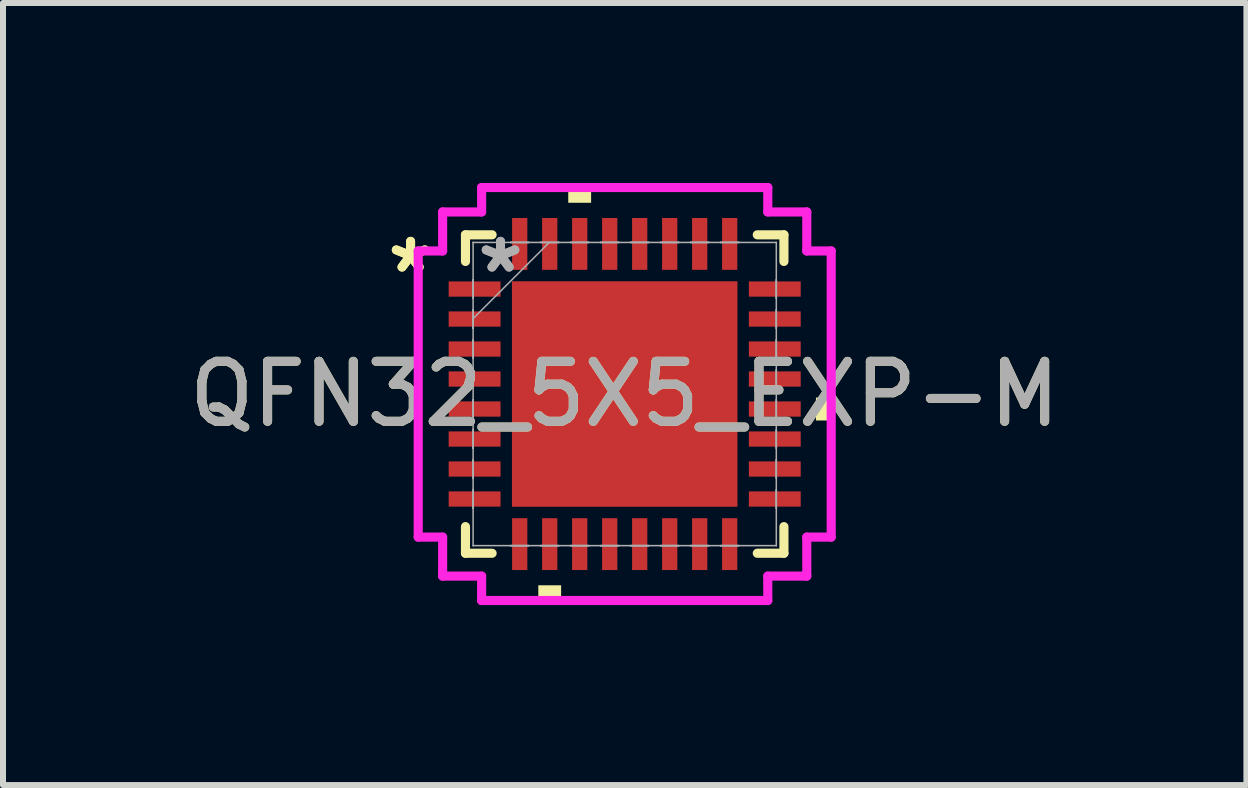
<source format=kicad_pcb>
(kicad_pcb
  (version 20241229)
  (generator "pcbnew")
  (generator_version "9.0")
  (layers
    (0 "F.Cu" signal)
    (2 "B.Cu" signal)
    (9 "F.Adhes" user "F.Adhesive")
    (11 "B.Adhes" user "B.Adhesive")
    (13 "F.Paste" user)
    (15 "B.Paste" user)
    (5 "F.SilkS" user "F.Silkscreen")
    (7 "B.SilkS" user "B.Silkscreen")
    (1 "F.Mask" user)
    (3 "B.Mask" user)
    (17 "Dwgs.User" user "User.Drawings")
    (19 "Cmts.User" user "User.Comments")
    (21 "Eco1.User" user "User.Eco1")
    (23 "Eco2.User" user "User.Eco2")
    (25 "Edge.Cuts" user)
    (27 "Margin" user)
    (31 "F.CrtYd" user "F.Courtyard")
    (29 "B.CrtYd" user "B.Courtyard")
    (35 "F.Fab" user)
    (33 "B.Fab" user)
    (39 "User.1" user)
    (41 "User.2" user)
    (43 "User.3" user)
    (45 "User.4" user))
  (footprint "QFN32_5X5_EXP-M"
    (layer "F.Cu")
    (at 7.363 3.518)
    (property "Reference" "QFN32_5X5_EXP-M" (at 0 0 0) (unlocked yes) (layer "F.SilkS") (effects (font (size 1 1) (thickness 0.15))))
    (attr smd)
    (fp_line (start -2.654 -2.654) (end -2.654 -2.21) (stroke (width 0.152) (type solid)) (layer "F.SilkS"))
    (fp_line (start -2.654 2.21) (end -2.654 2.654) (stroke (width 0.152) (type solid)) (layer "F.SilkS"))
    (fp_line (start -2.654 2.654) (end -2.21 2.654) (stroke (width 0.152) (type solid)) (layer "F.SilkS"))
    (fp_line (start -2.21 -2.654) (end -2.654 -2.654) (stroke (width 0.152) (type solid)) (layer "F.SilkS"))
    (fp_line (start 2.21 2.654) (end 2.654 2.654) (stroke (width 0.152) (type solid)) (layer "F.SilkS"))
    (fp_line (start 2.654 -2.654) (end 2.21 -2.654) (stroke (width 0.152) (type solid)) (layer "F.SilkS"))
    (fp_line (start 2.654 -2.21) (end 2.654 -2.654) (stroke (width 0.152) (type solid)) (layer "F.SilkS"))
    (fp_line (start 2.654 2.654) (end 2.654 2.21) (stroke (width 0.152) (type solid)) (layer "F.SilkS"))
    (fp_poly (pts (xy -1.44 3.188) (xy -1.44 3.442) (xy -1.06 3.442) (xy -1.06 3.188)) (stroke (width 0) (type solid)) (fill yes) (layer "F.SilkS"))
    (fp_poly (pts (xy -0.941 -3.188) (xy -0.941 -3.442) (xy -0.56 -3.442) (xy -0.56 -3.188)) (stroke (width 0) (type solid)) (fill yes) (layer "F.SilkS"))
    (fp_poly (pts (xy 3.442 0.059) (xy 3.442 0.441) (xy 3.188 0.441) (xy 3.188 0.059)) (stroke (width 0) (type solid)) (fill yes) (layer "F.SilkS"))
    (fp_poly (pts (xy -1.78 -1.78) (xy -1.78 -0.1) (xy -0.1 -0.1) (xy -0.1 -1.78)) (stroke (width 0) (type solid)) (fill yes) (layer "F.Paste"))
    (fp_poly (pts (xy -1.78 0.1) (xy -1.78 1.78) (xy -0.1 1.78) (xy -0.1 0.1)) (stroke (width 0) (type solid)) (fill yes) (layer "F.Paste"))
    (fp_poly (pts (xy 0.1 -1.78) (xy 0.1 -0.1) (xy 1.78 -0.1) (xy 1.78 -1.78)) (stroke (width 0) (type solid)) (fill yes) (layer "F.Paste"))
    (fp_poly (pts (xy 0.1 0.1) (xy 0.1 1.78) (xy 1.78 1.78) (xy 1.78 0.1)) (stroke (width 0) (type solid)) (fill yes) (layer "F.Paste"))
    (fp_line (start -3.442 -2.385) (end -3.035 -2.385) (stroke (width 0.152) (type solid)) (layer "F.CrtYd"))
    (fp_line (start -3.442 2.385) (end -3.442 -2.385) (stroke (width 0.152) (type solid)) (layer "F.CrtYd"))
    (fp_line (start -3.035 -3.035) (end -2.385 -3.035) (stroke (width 0.152) (type solid)) (layer "F.CrtYd"))
    (fp_line (start -3.035 -2.385) (end -3.035 -3.035) (stroke (width 0.152) (type solid)) (layer "F.CrtYd"))
    (fp_line (start -3.035 2.385) (end -3.442 2.385) (stroke (width 0.152) (type solid)) (layer "F.CrtYd"))
    (fp_line (start -3.035 3.035) (end -3.035 2.385) (stroke (width 0.152) (type solid)) (layer "F.CrtYd"))
    (fp_line (start -2.385 -3.442) (end 2.385 -3.442) (stroke (width 0.152) (type solid)) (layer "F.CrtYd"))
    (fp_line (start -2.385 -3.035) (end -2.385 -3.442) (stroke (width 0.152) (type solid)) (layer "F.CrtYd"))
    (fp_line (start -2.385 3.035) (end -3.035 3.035) (stroke (width 0.152) (type solid)) (layer "F.CrtYd"))
    (fp_line (start -2.385 3.442) (end -2.385 3.035) (stroke (width 0.152) (type solid)) (layer "F.CrtYd"))
    (fp_line (start 2.385 -3.442) (end 2.385 -3.035) (stroke (width 0.152) (type solid)) (layer "F.CrtYd"))
    (fp_line (start 2.385 -3.035) (end 3.035 -3.035) (stroke (width 0.152) (type solid)) (layer "F.CrtYd"))
    (fp_line (start 2.385 3.035) (end 2.385 3.442) (stroke (width 0.152) (type solid)) (layer "F.CrtYd"))
    (fp_line (start 2.385 3.442) (end -2.385 3.442) (stroke (width 0.152) (type solid)) (layer "F.CrtYd"))
    (fp_line (start 3.035 -3.035) (end 3.035 -2.385) (stroke (width 0.152) (type solid)) (layer "F.CrtYd"))
    (fp_line (start 3.035 -2.385) (end 3.442 -2.385) (stroke (width 0.152) (type solid)) (layer "F.CrtYd"))
    (fp_line (start 3.035 2.385) (end 3.035 3.035) (stroke (width 0.152) (type solid)) (layer "F.CrtYd"))
    (fp_line (start 3.035 3.035) (end 2.385 3.035) (stroke (width 0.152) (type solid)) (layer "F.CrtYd"))
    (fp_line (start 3.442 -2.385) (end 3.442 2.385) (stroke (width 0.152) (type solid)) (layer "F.CrtYd"))
    (fp_line (start 3.442 2.385) (end 3.035 2.385) (stroke (width 0.152) (type solid)) (layer "F.CrtYd"))
    (fp_line (start -2.527 -2.527) (end -2.527 -2.527) (stroke (width 0.025) (type solid)) (layer "F.Fab"))
    (fp_line (start -2.527 -2.527) (end -2.527 2.527) (stroke (width 0.025) (type solid)) (layer "F.Fab"))
    (fp_line (start -2.527 -1.902) (end -2.527 -1.902) (stroke (width 0.025) (type solid)) (layer "F.Fab"))
    (fp_line (start -2.527 -1.902) (end -2.527 -1.598) (stroke (width 0.025) (type solid)) (layer "F.Fab"))
    (fp_line (start -2.527 -1.598) (end -2.527 -1.902) (stroke (width 0.025) (type solid)) (layer "F.Fab"))
    (fp_line (start -2.527 -1.598) (end -2.527 -1.598) (stroke (width 0.025) (type solid)) (layer "F.Fab"))
    (fp_line (start -2.527 -1.402) (end -2.527 -1.402) (stroke (width 0.025) (type solid)) (layer "F.Fab"))
    (fp_line (start -2.527 -1.402) (end -2.527 -1.098) (stroke (width 0.025) (type solid)) (layer "F.Fab"))
    (fp_line (start -2.527 -1.257) (end -1.257 -2.527) (stroke (width 0.025) (type solid)) (layer "F.Fab"))
    (fp_line (start -2.527 -1.098) (end -2.527 -1.402) (stroke (width 0.025) (type solid)) (layer "F.Fab"))
    (fp_line (start -2.527 -1.098) (end -2.527 -1.098) (stroke (width 0.025) (type solid)) (layer "F.Fab"))
    (fp_line (start -2.527 -0.902) (end -2.527 -0.902) (stroke (width 0.025) (type solid)) (layer "F.Fab"))
    (fp_line (start -2.527 -0.902) (end -2.527 -0.598) (stroke (width 0.025) (type solid)) (layer "F.Fab"))
    (fp_line (start -2.527 -0.598) (end -2.527 -0.902) (stroke (width 0.025) (type solid)) (layer "F.Fab"))
    (fp_line (start -2.527 -0.598) (end -2.527 -0.598) (stroke (width 0.025) (type solid)) (layer "F.Fab"))
    (fp_line (start -2.527 -0.402) (end -2.527 -0.402) (stroke (width 0.025) (type solid)) (layer "F.Fab"))
    (fp_line (start -2.527 -0.402) (end -2.527 -0.098) (stroke (width 0.025) (type solid)) (layer "F.Fab"))
    (fp_line (start -2.527 -0.098) (end -2.527 -0.402) (stroke (width 0.025) (type solid)) (layer "F.Fab"))
    (fp_line (start -2.527 -0.098) (end -2.527 -0.098) (stroke (width 0.025) (type solid)) (layer "F.Fab"))
    (fp_line (start -2.527 0.098) (end -2.527 0.098) (stroke (width 0.025) (type solid)) (layer "F.Fab"))
    (fp_line (start -2.527 0.098) (end -2.527 0.402) (stroke (width 0.025) (type solid)) (layer "F.Fab"))
    (fp_line (start -2.527 0.402) (end -2.527 0.098) (stroke (width 0.025) (type solid)) (layer "F.Fab"))
    (fp_line (start -2.527 0.402) (end -2.527 0.402) (stroke (width 0.025) (type solid)) (layer "F.Fab"))
    (fp_line (start -2.527 0.598) (end -2.527 0.598) (stroke (width 0.025) (type solid)) (layer "F.Fab"))
    (fp_line (start -2.527 0.598) (end -2.527 0.902) (stroke (width 0.025) (type solid)) (layer "F.Fab"))
    (fp_line (start -2.527 0.902) (end -2.527 0.598) (stroke (width 0.025) (type solid)) (layer "F.Fab"))
    (fp_line (start -2.527 0.902) (end -2.527 0.902) (stroke (width 0.025) (type solid)) (layer "F.Fab"))
    (fp_line (start -2.527 1.098) (end -2.527 1.098) (stroke (width 0.025) (type solid)) (layer "F.Fab"))
    (fp_line (start -2.527 1.098) (end -2.527 1.402) (stroke (width 0.025) (type solid)) (layer "F.Fab"))
    (fp_line (start -2.527 1.402) (end -2.527 1.098) (stroke (width 0.025) (type solid)) (layer "F.Fab"))
    (fp_line (start -2.527 1.402) (end -2.527 1.402) (stroke (width 0.025) (type solid)) (layer "F.Fab"))
    (fp_line (start -2.527 1.598) (end -2.527 1.598) (stroke (width 0.025) (type solid)) (layer "F.Fab"))
    (fp_line (start -2.527 1.598) (end -2.527 1.902) (stroke (width 0.025) (type solid)) (layer "F.Fab"))
    (fp_line (start -2.527 1.902) (end -2.527 1.598) (stroke (width 0.025) (type solid)) (layer "F.Fab"))
    (fp_line (start -2.527 1.902) (end -2.527 1.902) (stroke (width 0.025) (type solid)) (layer "F.Fab"))
    (fp_line (start -2.527 2.527) (end -2.527 2.527) (stroke (width 0.025) (type solid)) (layer "F.Fab"))
    (fp_line (start -2.527 2.527) (end 2.527 2.527) (stroke (width 0.025) (type solid)) (layer "F.Fab"))
    (fp_line (start -1.902 -2.527) (end -1.902 -2.527) (stroke (width 0.025) (type solid)) (layer "F.Fab"))
    (fp_line (start -1.902 -2.527) (end -1.598 -2.527) (stroke (width 0.025) (type solid)) (layer "F.Fab"))
    (fp_line (start -1.902 2.527) (end -1.902 2.527) (stroke (width 0.025) (type solid)) (layer "F.Fab"))
    (fp_line (start -1.902 2.527) (end -1.598 2.527) (stroke (width 0.025) (type solid)) (layer "F.Fab"))
    (fp_line (start -1.598 -2.527) (end -1.902 -2.527) (stroke (width 0.025) (type solid)) (layer "F.Fab"))
    (fp_line (start -1.598 -2.527) (end -1.598 -2.527) (stroke (width 0.025) (type solid)) (layer "F.Fab"))
    (fp_line (start -1.598 2.527) (end -1.902 2.527) (stroke (width 0.025) (type solid)) (layer "F.Fab"))
    (fp_line (start -1.598 2.527) (end -1.598 2.527) (stroke (width 0.025) (type solid)) (layer "F.Fab"))
    (fp_line (start -1.402 -2.527) (end -1.402 -2.527) (stroke (width 0.025) (type solid)) (layer "F.Fab"))
    (fp_line (start -1.402 -2.527) (end -1.098 -2.527) (stroke (width 0.025) (type solid)) (layer "F.Fab"))
    (fp_line (start -1.402 2.527) (end -1.402 2.527) (stroke (width 0.025) (type solid)) (layer "F.Fab"))
    (fp_line (start -1.402 2.527) (end -1.098 2.527) (stroke (width 0.025) (type solid)) (layer "F.Fab"))
    (fp_line (start -1.098 -2.527) (end -1.402 -2.527) (stroke (width 0.025) (type solid)) (layer "F.Fab"))
    (fp_line (start -1.098 -2.527) (end -1.098 -2.527) (stroke (width 0.025) (type solid)) (layer "F.Fab"))
    (fp_line (start -1.098 2.527) (end -1.402 2.527) (stroke (width 0.025) (type solid)) (layer "F.Fab"))
    (fp_line (start -1.098 2.527) (end -1.098 2.527) (stroke (width 0.025) (type solid)) (layer "F.Fab"))
    (fp_line (start -0.902 -2.527) (end -0.902 -2.527) (stroke (width 0.025) (type solid)) (layer "F.Fab"))
    (fp_line (start -0.902 -2.527) (end -0.598 -2.527) (stroke (width 0.025) (type solid)) (layer "F.Fab"))
    (fp_line (start -0.902 2.527) (end -0.902 2.527) (stroke (width 0.025) (type solid)) (layer "F.Fab"))
    (fp_line (start -0.902 2.527) (end -0.598 2.527) (stroke (width 0.025) (type solid)) (layer "F.Fab"))
    (fp_line (start -0.598 -2.527) (end -0.902 -2.527) (stroke (width 0.025) (type solid)) (layer "F.Fab"))
    (fp_line (start -0.598 -2.527) (end -0.598 -2.527) (stroke (width 0.025) (type solid)) (layer "F.Fab"))
    (fp_line (start -0.598 2.527) (end -0.902 2.527) (stroke (width 0.025) (type solid)) (layer "F.Fab"))
    (fp_line (start -0.598 2.527) (end -0.598 2.527) (stroke (width 0.025) (type solid)) (layer "F.Fab"))
    (fp_line (start -0.402 -2.527) (end -0.402 -2.527) (stroke (width 0.025) (type solid)) (layer "F.Fab"))
    (fp_line (start -0.402 -2.527) (end -0.098 -2.527) (stroke (width 0.025) (type solid)) (layer "F.Fab"))
    (fp_line (start -0.402 2.527) (end -0.402 2.527) (stroke (width 0.025) (type solid)) (layer "F.Fab"))
    (fp_line (start -0.402 2.527) (end -0.098 2.527) (stroke (width 0.025) (type solid)) (layer "F.Fab"))
    (fp_line (start -0.098 -2.527) (end -0.402 -2.527) (stroke (width 0.025) (type solid)) (layer "F.Fab"))
    (fp_line (start -0.098 -2.527) (end -0.098 -2.527) (stroke (width 0.025) (type solid)) (layer "F.Fab"))
    (fp_line (start -0.098 2.527) (end -0.402 2.527) (stroke (width 0.025) (type solid)) (layer "F.Fab"))
    (fp_line (start -0.098 2.527) (end -0.098 2.527) (stroke (width 0.025) (type solid)) (layer "F.Fab"))
    (fp_line (start 0.098 -2.527) (end 0.098 -2.527) (stroke (width 0.025) (type solid)) (layer "F.Fab"))
    (fp_line (start 0.098 -2.527) (end 0.402 -2.527) (stroke (width 0.025) (type solid)) (layer "F.Fab"))
    (fp_line (start 0.098 2.527) (end 0.098 2.527) (stroke (width 0.025) (type solid)) (layer "F.Fab"))
    (fp_line (start 0.098 2.527) (end 0.402 2.527) (stroke (width 0.025) (type solid)) (layer "F.Fab"))
    (fp_line (start 0.402 -2.527) (end 0.098 -2.527) (stroke (width 0.025) (type solid)) (layer "F.Fab"))
    (fp_line (start 0.402 -2.527) (end 0.402 -2.527) (stroke (width 0.025) (type solid)) (layer "F.Fab"))
    (fp_line (start 0.402 2.527) (end 0.098 2.527) (stroke (width 0.025) (type solid)) (layer "F.Fab"))
    (fp_line (start 0.402 2.527) (end 0.402 2.527) (stroke (width 0.025) (type solid)) (layer "F.Fab"))
    (fp_line (start 0.598 -2.527) (end 0.598 -2.527) (stroke (width 0.025) (type solid)) (layer "F.Fab"))
    (fp_line (start 0.598 -2.527) (end 0.902 -2.527) (stroke (width 0.025) (type solid)) (layer "F.Fab"))
    (fp_line (start 0.598 2.527) (end 0.598 2.527) (stroke (width 0.025) (type solid)) (layer "F.Fab"))
    (fp_line (start 0.598 2.527) (end 0.902 2.527) (stroke (width 0.025) (type solid)) (layer "F.Fab"))
    (fp_line (start 0.902 -2.527) (end 0.598 -2.527) (stroke (width 0.025) (type solid)) (layer "F.Fab"))
    (fp_line (start 0.902 -2.527) (end 0.902 -2.527) (stroke (width 0.025) (type solid)) (layer "F.Fab"))
    (fp_line (start 0.902 2.527) (end 0.598 2.527) (stroke (width 0.025) (type solid)) (layer "F.Fab"))
    (fp_line (start 0.902 2.527) (end 0.902 2.527) (stroke (width 0.025) (type solid)) (layer "F.Fab"))
    (fp_line (start 1.098 -2.527) (end 1.098 -2.527) (stroke (width 0.025) (type solid)) (layer "F.Fab"))
    (fp_line (start 1.098 -2.527) (end 1.402 -2.527) (stroke (width 0.025) (type solid)) (layer "F.Fab"))
    (fp_line (start 1.098 2.527) (end 1.098 2.527) (stroke (width 0.025) (type solid)) (layer "F.Fab"))
    (fp_line (start 1.098 2.527) (end 1.402 2.527) (stroke (width 0.025) (type solid)) (layer "F.Fab"))
    (fp_line (start 1.402 -2.527) (end 1.098 -2.527) (stroke (width 0.025) (type solid)) (layer "F.Fab"))
    (fp_line (start 1.402 -2.527) (end 1.402 -2.527) (stroke (width 0.025) (type solid)) (layer "F.Fab"))
    (fp_line (start 1.402 2.527) (end 1.098 2.527) (stroke (width 0.025) (type solid)) (layer "F.Fab"))
    (fp_line (start 1.402 2.527) (end 1.402 2.527) (stroke (width 0.025) (type solid)) (layer "F.Fab"))
    (fp_line (start 1.598 -2.527) (end 1.598 -2.527) (stroke (width 0.025) (type solid)) (layer "F.Fab"))
    (fp_line (start 1.598 -2.527) (end 1.902 -2.527) (stroke (width 0.025) (type solid)) (layer "F.Fab"))
    (fp_line (start 1.598 2.527) (end 1.598 2.527) (stroke (width 0.025) (type solid)) (layer "F.Fab"))
    (fp_line (start 1.598 2.527) (end 1.902 2.527) (stroke (width 0.025) (type solid)) (layer "F.Fab"))
    (fp_line (start 1.902 -2.527) (end 1.598 -2.527) (stroke (width 0.025) (type solid)) (layer "F.Fab"))
    (fp_line (start 1.902 -2.527) (end 1.902 -2.527) (stroke (width 0.025) (type solid)) (layer "F.Fab"))
    (fp_line (start 1.902 2.527) (end 1.598 2.527) (stroke (width 0.025) (type solid)) (layer "F.Fab"))
    (fp_line (start 1.902 2.527) (end 1.902 2.527) (stroke (width 0.025) (type solid)) (layer "F.Fab"))
    (fp_line (start 2.527 -2.527) (end -2.527 -2.527) (stroke (width 0.025) (type solid)) (layer "F.Fab"))
    (fp_line (start 2.527 -2.527) (end 2.527 -2.527) (stroke (width 0.025) (type solid)) (layer "F.Fab"))
    (fp_line (start 2.527 -1.902) (end 2.527 -1.902) (stroke (width 0.025) (type solid)) (layer "F.Fab"))
    (fp_line (start 2.527 -1.902) (end 2.527 -1.598) (stroke (width 0.025) (type solid)) (layer "F.Fab"))
    (fp_line (start 2.527 -1.598) (end 2.527 -1.902) (stroke (width 0.025) (type solid)) (layer "F.Fab"))
    (fp_line (start 2.527 -1.598) (end 2.527 -1.598) (stroke (width 0.025) (type solid)) (layer "F.Fab"))
    (fp_line (start 2.527 -1.402) (end 2.527 -1.402) (stroke (width 0.025) (type solid)) (layer "F.Fab"))
    (fp_line (start 2.527 -1.402) (end 2.527 -1.098) (stroke (width 0.025) (type solid)) (layer "F.Fab"))
    (fp_line (start 2.527 -1.098) (end 2.527 -1.402) (stroke (width 0.025) (type solid)) (layer "F.Fab"))
    (fp_line (start 2.527 -1.098) (end 2.527 -1.098) (stroke (width 0.025) (type solid)) (layer "F.Fab"))
    (fp_line (start 2.527 -0.902) (end 2.527 -0.902) (stroke (width 0.025) (type solid)) (layer "F.Fab"))
    (fp_line (start 2.527 -0.902) (end 2.527 -0.598) (stroke (width 0.025) (type solid)) (layer "F.Fab"))
    (fp_line (start 2.527 -0.598) (end 2.527 -0.902) (stroke (width 0.025) (type solid)) (layer "F.Fab"))
    (fp_line (start 2.527 -0.598) (end 2.527 -0.598) (stroke (width 0.025) (type solid)) (layer "F.Fab"))
    (fp_line (start 2.527 -0.402) (end 2.527 -0.402) (stroke (width 0.025) (type solid)) (layer "F.Fab"))
    (fp_line (start 2.527 -0.402) (end 2.527 -0.098) (stroke (width 0.025) (type solid)) (layer "F.Fab"))
    (fp_line (start 2.527 -0.098) (end 2.527 -0.402) (stroke (width 0.025) (type solid)) (layer "F.Fab"))
    (fp_line (start 2.527 -0.098) (end 2.527 -0.098) (stroke (width 0.025) (type solid)) (layer "F.Fab"))
    (fp_line (start 2.527 0.098) (end 2.527 0.098) (stroke (width 0.025) (type solid)) (layer "F.Fab"))
    (fp_line (start 2.527 0.098) (end 2.527 0.402) (stroke (width 0.025) (type solid)) (layer "F.Fab"))
    (fp_line (start 2.527 0.402) (end 2.527 0.098) (stroke (width 0.025) (type solid)) (layer "F.Fab"))
    (fp_line (start 2.527 0.402) (end 2.527 0.402) (stroke (width 0.025) (type solid)) (layer "F.Fab"))
    (fp_line (start 2.527 0.598) (end 2.527 0.598) (stroke (width 0.025) (type solid)) (layer "F.Fab"))
    (fp_line (start 2.527 0.598) (end 2.527 0.902) (stroke (width 0.025) (type solid)) (layer "F.Fab"))
    (fp_line (start 2.527 0.902) (end 2.527 0.598) (stroke (width 0.025) (type solid)) (layer "F.Fab"))
    (fp_line (start 2.527 0.902) (end 2.527 0.902) (stroke (width 0.025) (type solid)) (layer "F.Fab"))
    (fp_line (start 2.527 1.098) (end 2.527 1.098) (stroke (width 0.025) (type solid)) (layer "F.Fab"))
    (fp_line (start 2.527 1.098) (end 2.527 1.402) (stroke (width 0.025) (type solid)) (layer "F.Fab"))
    (fp_line (start 2.527 1.402) (end 2.527 1.098) (stroke (width 0.025) (type solid)) (layer "F.Fab"))
    (fp_line (start 2.527 1.402) (end 2.527 1.402) (stroke (width 0.025) (type solid)) (layer "F.Fab"))
    (fp_line (start 2.527 1.598) (end 2.527 1.598) (stroke (width 0.025) (type solid)) (layer "F.Fab"))
    (fp_line (start 2.527 1.598) (end 2.527 1.902) (stroke (width 0.025) (type solid)) (layer "F.Fab"))
    (fp_line (start 2.527 1.902) (end 2.527 1.598) (stroke (width 0.025) (type solid)) (layer "F.Fab"))
    (fp_line (start 2.527 1.902) (end 2.527 1.902) (stroke (width 0.025) (type solid)) (layer "F.Fab"))
    (fp_line (start 2.527 2.527) (end 2.527 -2.527) (stroke (width 0.025) (type solid)) (layer "F.Fab"))
    (fp_line (start 2.527 2.527) (end 2.527 2.527) (stroke (width 0.025) (type solid)) (layer "F.Fab"))
    (fp_text user "*" (at -3.569 -2 0) (layer "F.SilkS") (effects (font (size 1 1) (thickness 0.15))))
    (fp_text user "*" (at -3.569 -2 0) (unlocked yes) (layer "F.SilkS") (effects (font (size 1 1) (thickness 0.15))))
    (fp_text user "*" (at -2.07 -2 0) (unlocked yes) (layer "F.Fab") (effects (font (size 1 1) (thickness 0.15))))
    (fp_text user "${REFERENCE}" (at 0 0 0) (unlocked yes) (layer "F.Fab") (effects (font (size 1 1) (thickness 0.15))))
    (fp_text user "*" (at -2.07 -2 0) (layer "F.Fab") (effects (font (size 1 1) (thickness 0.15))))
    (pad "1" smd rect (at -2.502 -1.75 90) (size 0.254 0.864) (layers "F.Cu" "F.Mask" "F.Paste"))
    (pad "2" smd rect (at -2.502 -1.25 90) (size 0.254 0.864) (layers "F.Cu" "F.Mask" "F.Paste"))
    (pad "3" smd rect (at -2.502 -0.75 90) (size 0.254 0.864) (layers "F.Cu" "F.Mask" "F.Paste"))
    (pad "4" smd rect (at -2.502 -0.25 90) (size 0.254 0.864) (layers "F.Cu" "F.Mask" "F.Paste"))
    (pad "5" smd rect (at -2.502 0.25 90) (size 0.254 0.864) (layers "F.Cu" "F.Mask" "F.Paste"))
    (pad "6" smd rect (at -2.502 0.75 90) (size 0.254 0.864) (layers "F.Cu" "F.Mask" "F.Paste"))
    (pad "7" smd rect (at -2.502 1.25 90) (size 0.254 0.864) (layers "F.Cu" "F.Mask" "F.Paste"))
    (pad "8" smd rect (at -2.502 1.75 90) (size 0.254 0.864) (layers "F.Cu" "F.Mask" "F.Paste"))
    (pad "9" smd rect (at -1.75 2.502) (size 0.254 0.864) (layers "F.Cu" "F.Mask" "F.Paste"))
    (pad "10" smd rect (at -1.25 2.502) (size 0.254 0.864) (layers "F.Cu" "F.Mask" "F.Paste"))
    (pad "11" smd rect (at -0.75 2.502) (size 0.254 0.864) (layers "F.Cu" "F.Mask" "F.Paste"))
    (pad "12" smd rect (at -0.25 2.502) (size 0.254 0.864) (layers "F.Cu" "F.Mask" "F.Paste"))
    (pad "13" smd rect (at 0.25 2.502) (size 0.254 0.864) (layers "F.Cu" "F.Mask" "F.Paste"))
    (pad "14" smd rect (at 0.75 2.502) (size 0.254 0.864) (layers "F.Cu" "F.Mask" "F.Paste"))
    (pad "15" smd rect (at 1.25 2.502) (size 0.254 0.864) (layers "F.Cu" "F.Mask" "F.Paste"))
    (pad "16" smd rect (at 1.75 2.502) (size 0.254 0.864) (layers "F.Cu" "F.Mask" "F.Paste"))
    (pad "17" smd rect (at 2.502 1.75 90) (size 0.254 0.864) (layers "F.Cu" "F.Mask" "F.Paste"))
    (pad "18" smd rect (at 2.502 1.25 90) (size 0.254 0.864) (layers "F.Cu" "F.Mask" "F.Paste"))
    (pad "19" smd rect (at 2.502 0.75 90) (size 0.254 0.864) (layers "F.Cu" "F.Mask" "F.Paste"))
    (pad "20" smd rect (at 2.502 0.25 90) (size 0.254 0.864) (layers "F.Cu" "F.Mask" "F.Paste"))
    (pad "21" smd rect (at 2.502 -0.25 90) (size 0.254 0.864) (layers "F.Cu" "F.Mask" "F.Paste"))
    (pad "22" smd rect (at 2.502 -0.75 90) (size 0.254 0.864) (layers "F.Cu" "F.Mask" "F.Paste"))
    (pad "23" smd rect (at 2.502 -1.25 90) (size 0.254 0.864) (layers "F.Cu" "F.Mask" "F.Paste"))
    (pad "24" smd rect (at 2.502 -1.75 90) (size 0.254 0.864) (layers "F.Cu" "F.Mask" "F.Paste"))
    (pad "25" smd rect (at 1.75 -2.502) (size 0.254 0.864) (layers "F.Cu" "F.Mask" "F.Paste"))
    (pad "26" smd rect (at 1.25 -2.502) (size 0.254 0.864) (layers "F.Cu" "F.Mask" "F.Paste"))
    (pad "27" smd rect (at 0.75 -2.502) (size 0.254 0.864) (layers "F.Cu" "F.Mask" "F.Paste"))
    (pad "28" smd rect (at 0.25 -2.502) (size 0.254 0.864) (layers "F.Cu" "F.Mask" "F.Paste"))
    (pad "29" smd rect (at -0.25 -2.502) (size 0.254 0.864) (layers "F.Cu" "F.Mask" "F.Paste"))
    (pad "30" smd rect (at -0.75 -2.502) (size 0.254 0.864) (layers "F.Cu" "F.Mask" "F.Paste"))
    (pad "31" smd rect (at -1.25 -2.502) (size 0.254 0.864) (layers "F.Cu" "F.Mask" "F.Paste"))
    (pad "32" smd rect (at -1.75 -2.502) (size 0.254 0.864) (layers "F.Cu" "F.Mask" "F.Paste"))
    (pad "33" smd rect (at 0 0) (size 3.759 3.759) (layers "F.Cu" "F.Mask" "F.Paste")))
  (gr_rect
    (start -3 -3)
    (end 17.726 10.036)
    (stroke (width 0.1) (type default))
    (fill no)
    (layer "Edge.Cuts")))
</source>
